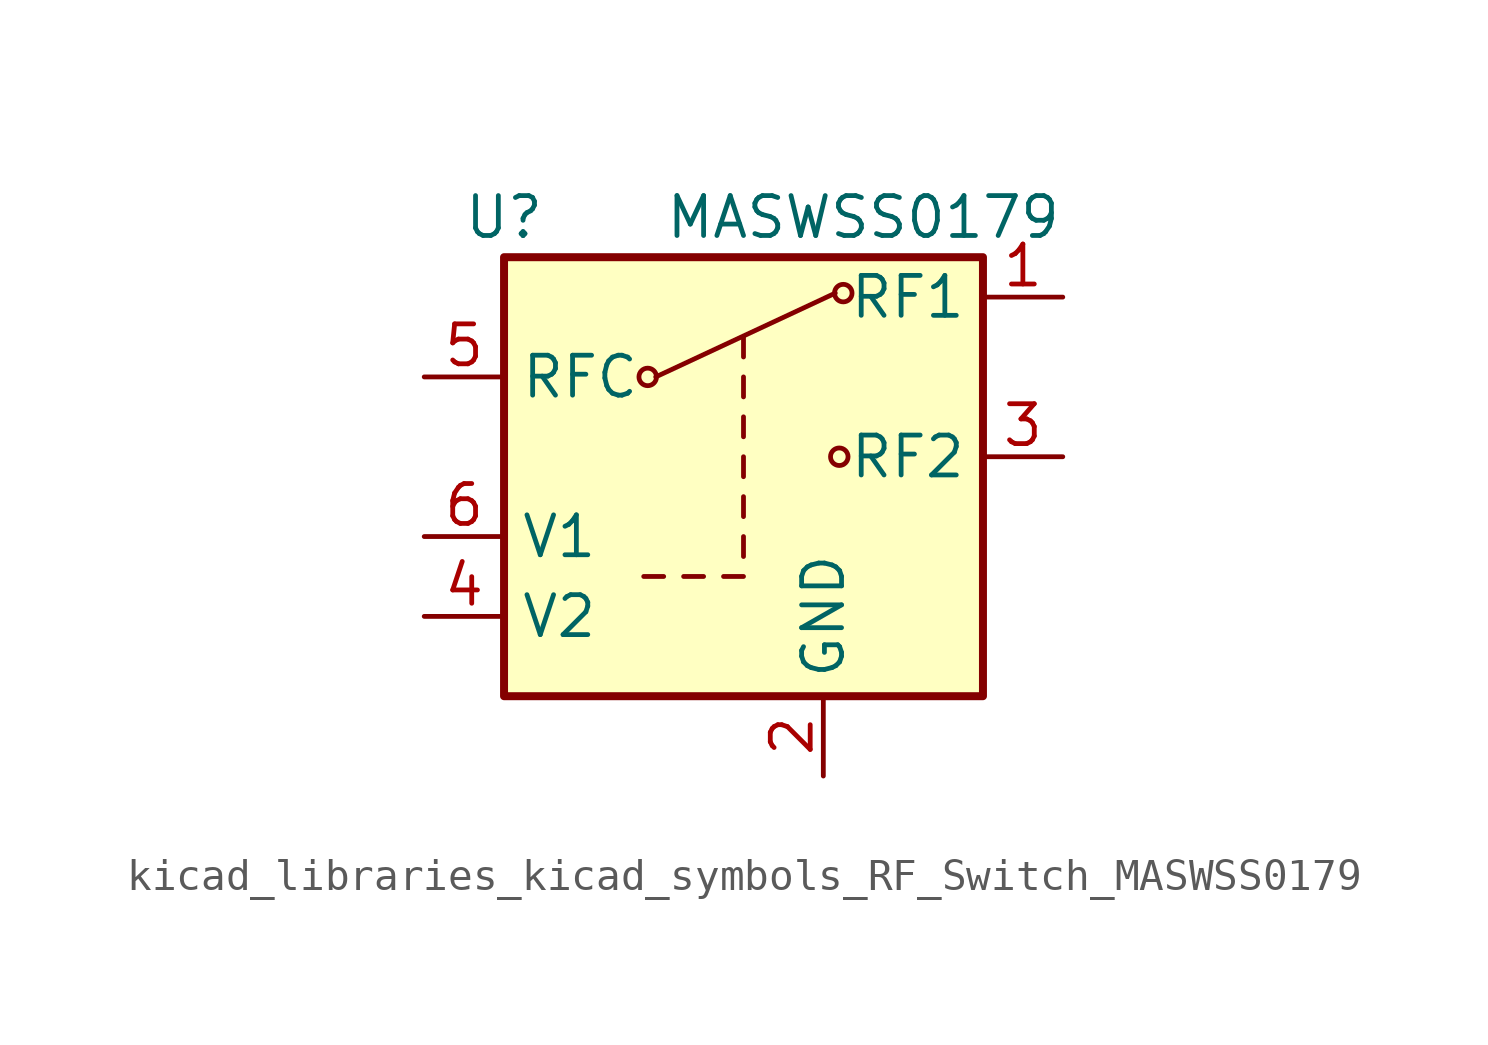
<source format=kicad_sym>
(kicad_symbol_lib
  (version 20220914)
  (generator kicad_symbol_editor)
  (symbol "kicad_libraries_kicad_symbols_RF_Switch_MASWSS0179"
    (property "Reference" "U"
      (at -7.62 7.62 0)
      (effects (font (size 1.27 1.27))))
    (property "Value" "MASWSS0179"
      (at 3.81 7.62 0)
      (effects (font (size 1.27 1.27))))
    (symbol "kicad_libraries_kicad_symbols_RF_Switch_MASWSS0179_0_1"
      (circle (center -3.048 2.54) (radius 0.279) (stroke (width 0) (type default)) (fill (type none)))
      (polyline (pts (xy -3.175 -3.81) (xy -2.54 -3.81)) (stroke (width 0) (type default)) (fill (type none)))
      (polyline (pts (xy -2.794 2.54) (xy 2.921 5.207)) (stroke (width 0) (type default)) (fill (type none)))
      (polyline (pts (xy -1.905 -3.81) (xy -1.27 -3.81)) (stroke (width 0) (type default)) (fill (type none)))
      (polyline (pts (xy -0.635 -3.81) (xy 0 -3.81)) (stroke (width 0) (type default)) (fill (type none)))
      (polyline (pts (xy 0 -3.175) (xy 0 -2.54)) (stroke (width 0) (type default)) (fill (type none)))
      (polyline (pts (xy 0 -1.905) (xy 0 -1.27)) (stroke (width 0) (type default)) (fill (type none)))
      (polyline (pts (xy 0 -0.635) (xy 0 0)) (stroke (width 0) (type default)) (fill (type none)))
      (polyline (pts (xy 0 0.635) (xy 0 1.27)) (stroke (width 0) (type default)) (fill (type none)))
      (polyline (pts (xy 0 1.905) (xy 0 2.54)) (stroke (width 0) (type default)) (fill (type none)))
      (polyline (pts (xy 0 3.175) (xy 0 3.81)) (stroke (width 0) (type default)) (fill (type none)))
      (circle (center 3.048 0) (radius 0.279) (stroke (width 0) (type default)) (fill (type none)))
      (circle (center 3.175 5.207) (radius 0.279) (stroke (width 0) (type default)) (fill (type none)))
      (rectangle (start 7.62 -7.62) (end -7.62 6.35) (stroke (width 0.254) (type default)) (fill (type background))))
    (symbol "kicad_libraries_kicad_symbols_RF_Switch_MASWSS0179_1_1"
      (pin passive line (at 10.16 5.08 180) (length 2.54) (name "RF1" (effects (font (size 1.27 1.27)))) (number "1" (effects (font (size 1.27 1.27)))))
      (pin power_in line (at 2.54 -10.16 90) (length 2.54) (name "GND" (effects (font (size 1.27 1.27)))) (number "2" (effects (font (size 1.27 1.27)))))
      (pin passive line (at 10.16 0 180) (length 2.54) (name "RF2" (effects (font (size 1.27 1.27)))) (number "3" (effects (font (size 1.27 1.27)))))
      (pin input line (at -10.16 -5.08 0) (length 2.54) (name "V2" (effects (font (size 1.27 1.27)))) (number "4" (effects (font (size 1.27 1.27)))))
      (pin passive line (at -10.16 2.54 0) (length 2.54) (name "RFC" (effects (font (size 1.27 1.27)))) (number "5" (effects (font (size 1.27 1.27)))))
      (pin input line (at -10.16 -2.54 0) (length 2.54) (name "V1" (effects (font (size 1.27 1.27)))) (number "6" (effects (font (size 1.27 1.27))))))))
</source>
